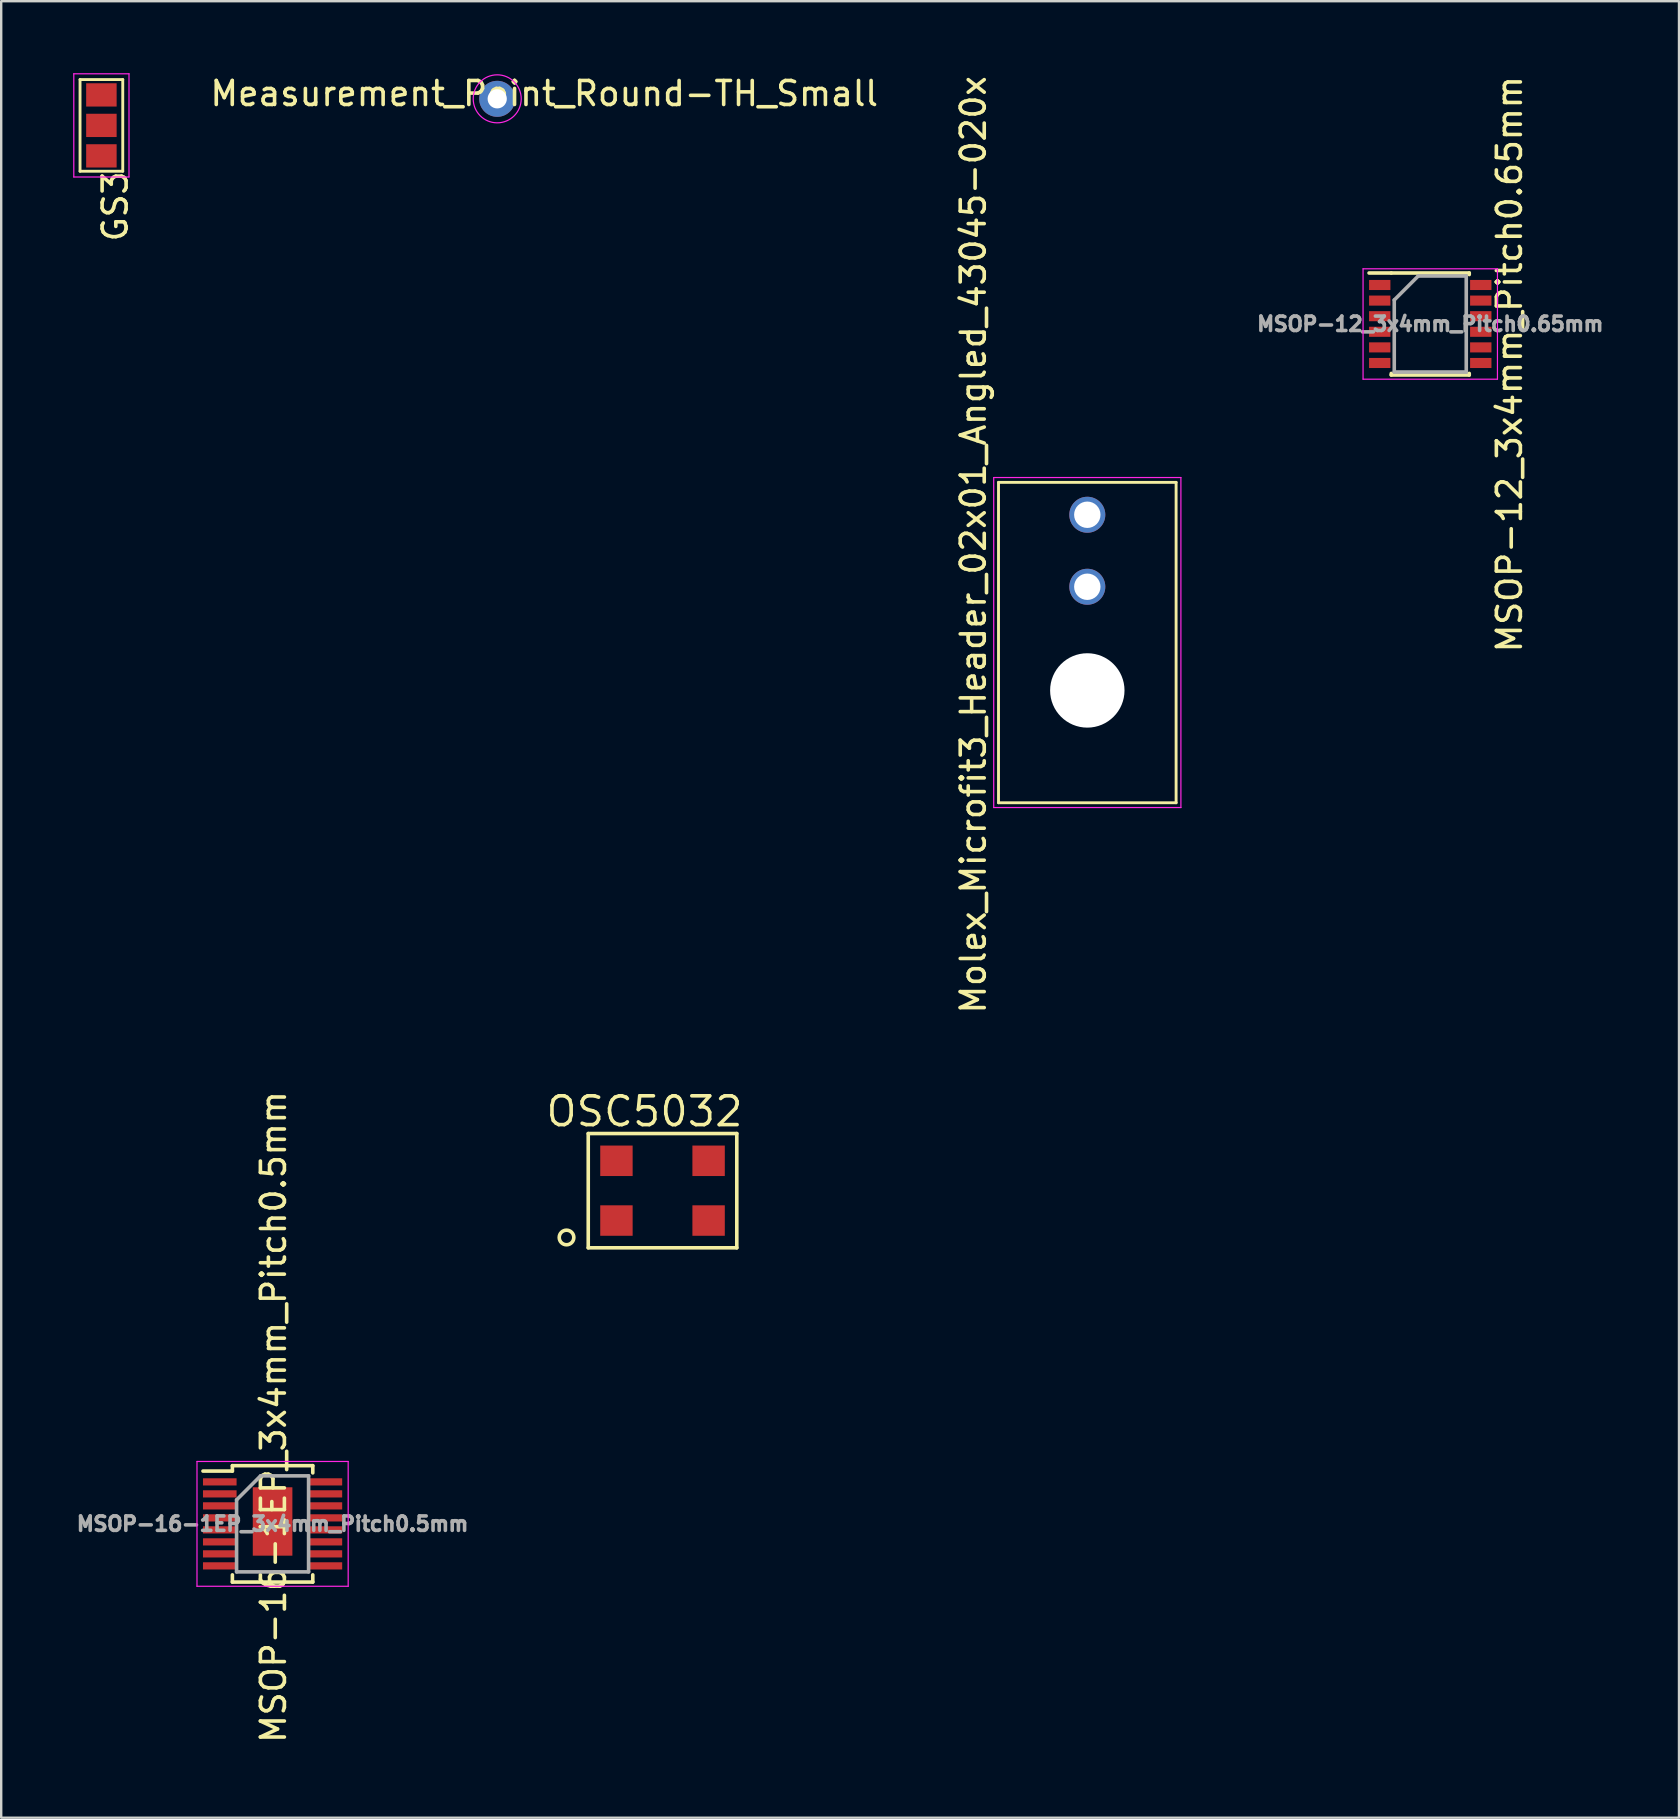
<source format=kicad_pcb>
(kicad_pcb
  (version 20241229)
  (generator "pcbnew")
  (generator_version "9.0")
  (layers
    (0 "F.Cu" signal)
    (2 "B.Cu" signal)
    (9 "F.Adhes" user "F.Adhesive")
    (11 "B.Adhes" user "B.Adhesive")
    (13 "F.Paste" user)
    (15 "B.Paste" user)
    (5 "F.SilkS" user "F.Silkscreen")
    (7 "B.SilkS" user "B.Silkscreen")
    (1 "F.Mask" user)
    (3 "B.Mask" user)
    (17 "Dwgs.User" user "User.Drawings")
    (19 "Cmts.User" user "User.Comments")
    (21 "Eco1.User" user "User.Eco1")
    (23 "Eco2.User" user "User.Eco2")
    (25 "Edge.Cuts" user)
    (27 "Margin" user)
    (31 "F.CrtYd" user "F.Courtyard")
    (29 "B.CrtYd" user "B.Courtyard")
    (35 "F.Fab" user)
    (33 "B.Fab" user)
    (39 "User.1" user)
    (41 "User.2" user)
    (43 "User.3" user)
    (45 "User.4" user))
  (footprint "MSOP-12_3x4mm_Pitch0.65mm"
    (layer "F.Cu")
    (at 56.546 10.45)
    (property "Reference" "MSOP-12_3x4mm_Pitch0.65mm" (at 3.3 1.675 90) (layer "F.SilkS") (effects (font (size 1 1) (thickness 0.15))))
    (attr smd)
    (fp_line (start -1.625 -2.125) (end -2.55 -2.125) (stroke (width 0.15) (type solid)) (layer "F.SilkS"))
    (fp_line (start -1.625 -2.125) (end 1.625 -2.125) (stroke (width 0.15) (type solid)) (layer "F.SilkS"))
    (fp_line (start -1.625 2.125) (end -1.625 2.06) (stroke (width 0.15) (type solid)) (layer "F.SilkS"))
    (fp_line (start -1.625 2.125) (end 1.625 2.125) (stroke (width 0.15) (type solid)) (layer "F.SilkS"))
    (fp_line (start 1.625 -2.125) (end 1.625 -2.06) (stroke (width 0.15) (type solid)) (layer "F.SilkS"))
    (fp_line (start 1.625 2.125) (end 1.625 2.06) (stroke (width 0.15) (type solid)) (layer "F.SilkS"))
    (fp_line (start -2.8 -2.3) (end -2.8 2.3) (stroke (width 0.05) (type solid)) (layer "F.CrtYd"))
    (fp_line (start -2.8 -2.3) (end 2.8 -2.3) (stroke (width 0.05) (type solid)) (layer "F.CrtYd"))
    (fp_line (start -2.8 2.3) (end 2.8 2.3) (stroke (width 0.05) (type solid)) (layer "F.CrtYd"))
    (fp_line (start 2.8 -2.3) (end 2.8 2.3) (stroke (width 0.05) (type solid)) (layer "F.CrtYd"))
    (fp_line (start -1.5 -1) (end -0.5 -2) (stroke (width 0.15) (type solid)) (layer "F.Fab"))
    (fp_line (start -1.5 2) (end -1.5 -1) (stroke (width 0.15) (type solid)) (layer "F.Fab"))
    (fp_line (start -0.5 -2) (end 1.5 -2) (stroke (width 0.15) (type solid)) (layer "F.Fab"))
    (fp_line (start 1.5 -2) (end 1.5 2) (stroke (width 0.15) (type solid)) (layer "F.Fab"))
    (fp_line (start 1.5 2) (end -1.5 2) (stroke (width 0.15) (type solid)) (layer "F.Fab"))
    (fp_text user "${REFERENCE}" (at 0 0 0) (layer "F.Fab") (effects (font (size 0.6 0.6) (thickness 0.15))))
    (pad "1" smd rect (at -2.105 -1.625) (size 0.89 0.42) (layers "F.Cu" "F.Mask" "F.Paste"))
    (pad "2" smd rect (at -2.105 -0.975) (size 0.89 0.42) (layers "F.Cu" "F.Mask" "F.Paste"))
    (pad "3" smd rect (at -2.105 -0.325) (size 0.89 0.42) (layers "F.Cu" "F.Mask" "F.Paste"))
    (pad "4" smd rect (at -2.105 0.325) (size 0.89 0.42) (layers "F.Cu" "F.Mask" "F.Paste"))
    (pad "5" smd rect (at -2.105 0.975) (size 0.89 0.42) (layers "F.Cu" "F.Mask" "F.Paste"))
    (pad "6" smd rect (at -2.105 1.625) (size 0.89 0.42) (layers "F.Cu" "F.Mask" "F.Paste"))
    (pad "7" smd rect (at 2.105 1.625) (size 0.89 0.42) (layers "F.Cu" "F.Mask" "F.Paste"))
    (pad "8" smd rect (at 2.105 0.975) (size 0.89 0.42) (layers "F.Cu" "F.Mask" "F.Paste"))
    (pad "9" smd rect (at 2.105 0.325) (size 0.89 0.42) (layers "F.Cu" "F.Mask" "F.Paste"))
    (pad "10" smd rect (at 2.105 -0.325) (size 0.89 0.42) (layers "F.Cu" "F.Mask" "F.Paste"))
    (pad "11" smd rect (at 2.105 -0.975) (size 0.89 0.42) (layers "F.Cu" "F.Mask" "F.Paste"))
    (pad "12" smd rect (at 2.105 -1.625) (size 0.89 0.42) (layers "F.Cu" "F.Mask" "F.Paste")))
  (footprint "GS3"
    (layer "F.Cu")
    (at 1.175 2.175)
    (property "Reference" "GS3" (at 0.575 3.375 90) (layer "F.SilkS") (effects (font (size 1 1) (thickness 0.15))))
    (attr smd)
    (fp_line (start -0.89 -1.91) (end -0.89 1.91) (stroke (width 0.12) (type solid)) (layer "F.SilkS"))
    (fp_line (start -0.89 -1.91) (end 0.89 -1.91) (stroke (width 0.12) (type solid)) (layer "F.SilkS"))
    (fp_line (start -0.89 1.91) (end 0.89 1.91) (stroke (width 0.12) (type solid)) (layer "F.SilkS"))
    (fp_line (start 0.89 1.91) (end 0.89 -1.91) (stroke (width 0.12) (type solid)) (layer "F.SilkS"))
    (fp_line (start -1.15 -2.15) (end 1.15 -2.15) (stroke (width 0.05) (type solid)) (layer "F.CrtYd"))
    (fp_line (start -1.15 2.15) (end -1.15 -2.15) (stroke (width 0.05) (type solid)) (layer "F.CrtYd"))
    (fp_line (start 1.15 -2.15) (end 1.15 2.15) (stroke (width 0.05) (type solid)) (layer "F.CrtYd"))
    (fp_line (start 1.15 2.15) (end -1.15 2.15) (stroke (width 0.05) (type solid)) (layer "F.CrtYd"))
    (pad "1" smd rect (at 0 -1.27) (size 1.27 0.97) (layers "F.Cu" "F.Mask" "F.Paste"))
    (pad "2" smd rect (at 0 0) (size 1.27 0.97) (layers "F.Cu" "F.Mask" "F.Paste"))
    (pad "3" smd rect (at 0 1.27) (size 1.27 0.97) (layers "F.Cu" "F.Mask" "F.Paste")))
  (footprint "MSOP-16-1EP_3x4mm_Pitch0.5mm"
    (layer "F.Cu")
    (at 8.308 60.447)
    (property "Reference" "MSOP-16-1EP_3x4mm_Pitch0.5mm" (at 0.037 -4.453 90) (layer "F.SilkS") (effects (font (size 1 1) (thickness 0.15))))
    (attr smd)
    (fp_line (start -1.675 -2.425) (end -1.675 -2.2) (stroke (width 0.15) (type solid)) (layer "F.SilkS"))
    (fp_line (start -1.675 -2.425) (end 1.675 -2.425) (stroke (width 0.15) (type solid)) (layer "F.SilkS"))
    (fp_line (start -1.675 -2.2) (end -2.9 -2.2) (stroke (width 0.15) (type solid)) (layer "F.SilkS"))
    (fp_line (start -1.675 2.425) (end -1.675 2.125) (stroke (width 0.15) (type solid)) (layer "F.SilkS"))
    (fp_line (start -1.675 2.425) (end 1.675 2.425) (stroke (width 0.15) (type solid)) (layer "F.SilkS"))
    (fp_line (start 1.675 -2.425) (end 1.675 -2.125) (stroke (width 0.15) (type solid)) (layer "F.SilkS"))
    (fp_line (start 1.675 2.425) (end 1.675 2.125) (stroke (width 0.15) (type solid)) (layer "F.SilkS"))
    (fp_line (start -3.15 -2.6) (end -3.15 2.6) (stroke (width 0.05) (type solid)) (layer "F.CrtYd"))
    (fp_line (start -3.15 -2.6) (end 3.15 -2.6) (stroke (width 0.05) (type solid)) (layer "F.CrtYd"))
    (fp_line (start -3.15 2.6) (end 3.15 2.6) (stroke (width 0.05) (type solid)) (layer "F.CrtYd"))
    (fp_line (start 3.15 -2.6) (end 3.15 2.6) (stroke (width 0.05) (type solid)) (layer "F.CrtYd"))
    (fp_line (start -1.5 -1) (end -0.5 -2) (stroke (width 0.15) (type solid)) (layer "F.Fab"))
    (fp_line (start -1.5 2) (end -1.5 -1) (stroke (width 0.15) (type solid)) (layer "F.Fab"))
    (fp_line (start -0.5 -2) (end 1.5 -2) (stroke (width 0.15) (type solid)) (layer "F.Fab"))
    (fp_line (start 1.5 -2) (end 1.5 2) (stroke (width 0.15) (type solid)) (layer "F.Fab"))
    (fp_line (start 1.5 2) (end -1.5 2) (stroke (width 0.15) (type solid)) (layer "F.Fab"))
    (fp_text user "${REFERENCE}" (at 0 0 0) (layer "F.Fab") (effects (font (size 0.6 0.6) (thickness 0.15))))
    (pad "1" smd rect (at -2.2 -1.75) (size 1.4 0.3) (layers "F.Cu" "F.Mask" "F.Paste"))
    (pad "2" smd rect (at -2.2 -1.25) (size 1.4 0.3) (layers "F.Cu" "F.Mask" "F.Paste"))
    (pad "3" smd rect (at -2.2 -0.75) (size 1.4 0.3) (layers "F.Cu" "F.Mask" "F.Paste"))
    (pad "4" smd rect (at -2.2 -0.25) (size 1.4 0.3) (layers "F.Cu" "F.Mask" "F.Paste"))
    (pad "5" smd rect (at -2.2 0.25) (size 1.4 0.3) (layers "F.Cu" "F.Mask" "F.Paste"))
    (pad "6" smd rect (at -2.2 0.75) (size 1.4 0.3) (layers "F.Cu" "F.Mask" "F.Paste"))
    (pad "7" smd rect (at -2.2 1.25) (size 1.4 0.3) (layers "F.Cu" "F.Mask" "F.Paste"))
    (pad "8" smd rect (at -2.2 1.75) (size 1.4 0.3) (layers "F.Cu" "F.Mask" "F.Paste"))
    (pad "9" smd rect (at 2.2 1.75) (size 1.4 0.3) (layers "F.Cu" "F.Mask" "F.Paste"))
    (pad "10" smd rect (at 2.2 1.25) (size 1.4 0.3) (layers "F.Cu" "F.Mask" "F.Paste"))
    (pad "11" smd rect (at 2.2 0.75) (size 1.4 0.3) (layers "F.Cu" "F.Mask" "F.Paste"))
    (pad "12" smd rect (at 2.2 0.25) (size 1.4 0.3) (layers "F.Cu" "F.Mask" "F.Paste"))
    (pad "13" smd rect (at 2.2 -0.25) (size 1.4 0.3) (layers "F.Cu" "F.Mask" "F.Paste"))
    (pad "14" smd rect (at 2.2 -0.75) (size 1.4 0.3) (layers "F.Cu" "F.Mask" "F.Paste"))
    (pad "15" smd rect (at 2.2 -1.25) (size 1.4 0.3) (layers "F.Cu" "F.Mask" "F.Paste"))
    (pad "16" smd rect (at 2.2 -1.75) (size 1.4 0.3) (layers "F.Cu" "F.Mask" "F.Paste"))
    (pad "17" smd rect (at 0 -0.1) (size 1.65 2.85) (layers "F.Cu" "F.Mask" "F.Paste")))
  (footprint "OSC5032"
    (layer "F.Cu")
    (at 24.556 46.563)
    (property "Reference" "OSC5032" (at -0.75 -3.3 180) (layer "F.SilkS") (effects (font (size 1.2 1.2) (thickness 0.15))))
    (attr through_hole)
    (fp_line (start -3.095 -2.38) (end -3.095 2.38) (stroke (width 0.15) (type solid)) (layer "F.SilkS"))
    (fp_line (start -3.095 2.38) (end 3.095 2.38) (stroke (width 0.15) (type solid)) (layer "F.SilkS"))
    (fp_line (start 3.095 -2.38) (end -3.095 -2.38) (stroke (width 0.15) (type solid)) (layer "F.SilkS"))
    (fp_line (start 3.095 2.38) (end 3.095 -2.38) (stroke (width 0.15) (type solid)) (layer "F.SilkS"))
    (fp_circle (center -4 1.95) (end -3.7 2) (stroke (width 0.15) (type solid)) (fill no) (layer "F.SilkS"))
    (pad "1" smd rect (at -1.92 1.245) (size 1.35 1.27) (layers "F.Cu" "F.Mask" "F.Paste"))
    (pad "2" smd rect (at 1.92 1.245) (size 1.35 1.27) (layers "F.Cu" "F.Mask" "F.Paste"))
    (pad "3" smd rect (at 1.92 -1.245) (size 1.35 1.27) (layers "F.Cu" "F.Mask" "F.Paste"))
    (pad "4" smd rect (at -1.92 -1.245) (size 1.35 1.27) (layers "F.Cu" "F.Mask" "F.Paste")))
  (footprint "Molex_Microfit3_Header_02x01_Angled_43045-020x"
    (layer "F.Cu")
    (at 42.256 21.399)
    (property "Reference" "Molex_Microfit3_Header_02x01_Angled_43045-020x" (at -4.75 -1.75 90) (layer "F.SilkS") (effects (font (size 1 1) (thickness 0.15))))
    (attr through_hole)
    (fp_line (start -3.7 -4.35) (end 3.7 -4.35) (stroke (width 0.12) (type solid)) (layer "F.SilkS"))
    (fp_line (start -3.7 9) (end -3.7 -4.35) (stroke (width 0.12) (type solid)) (layer "F.SilkS"))
    (fp_line (start 3.7 -4.35) (end 3.7 9) (stroke (width 0.12) (type solid)) (layer "F.SilkS"))
    (fp_line (start 3.7 9) (end -3.7 9) (stroke (width 0.12) (type solid)) (layer "F.SilkS"))
    (fp_line (start -3.9 -4.55) (end -3.9 9.2) (stroke (width 0.05) (type solid)) (layer "F.CrtYd"))
    (fp_line (start -3.9 9.2) (end 3.9 9.2) (stroke (width 0.05) (type solid)) (layer "F.CrtYd"))
    (fp_line (start 3.9 -4.55) (end -3.9 -4.55) (stroke (width 0.05) (type solid)) (layer "F.CrtYd"))
    (fp_line (start 3.9 9.2) (end 3.9 -4.55) (stroke (width 0.05) (type solid)) (layer "F.CrtYd"))
    (pad "" np_thru_hole circle (at 0 4.32) (size 3.1 3.1) (drill 3.1) (layers "*.Cu" "*.Mask"))
    (pad "1" thru_hole circle (at 0 0) (size 1.5 1.5) (drill 1.1) (layers "*.Cu" "*.Mask"))
    (pad "2" thru_hole circle (at 0 -3) (size 1.5 1.5) (drill 1.1) (layers "*.Cu" "*.Mask")))
  (footprint "Measurement_Point_Round-TH_Small"
    (layer "F.Cu")
    (at 17.668 1.068)
    (property "Reference" "Measurement_Point_Round-TH_Small" (at 1.96 -0.22 0) (layer "F.SilkS") (effects (font (size 1 1) (thickness 0.15))))
    (attr exclude_from_pos_files exclude_from_bom)
    (fp_circle (center 0 0) (end 1 0) (stroke (width 0.05) (type solid)) (fill no) (layer "F.CrtYd"))
    (pad "1" thru_hole circle (at 0 0) (size 1.5 1.5) (drill 0.8) (layers "*.Cu" "*.Mask")))
  (gr_rect
    (start -3 -3)
    (end 66.911 72.69)
    (stroke (width 0.1) (type default))
    (fill no)
    (layer "Edge.Cuts")))
</source>
